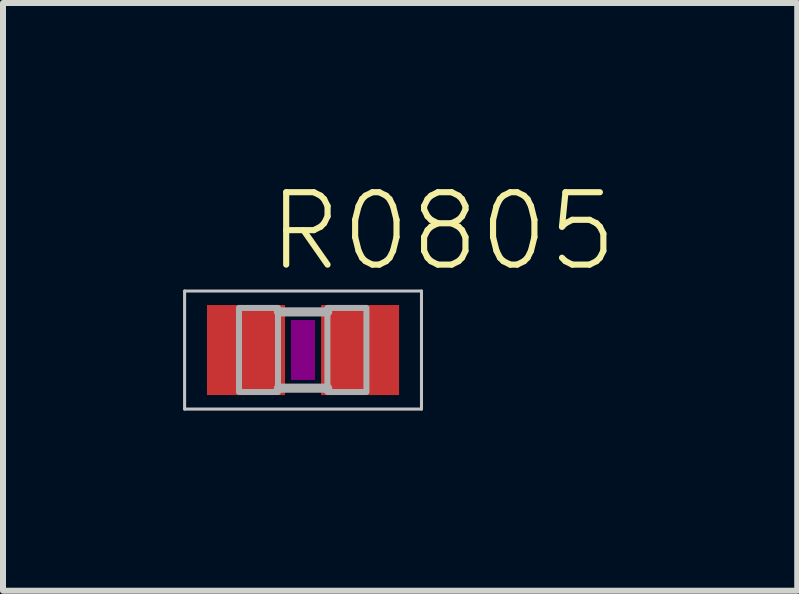
<source format=kicad_pcb>
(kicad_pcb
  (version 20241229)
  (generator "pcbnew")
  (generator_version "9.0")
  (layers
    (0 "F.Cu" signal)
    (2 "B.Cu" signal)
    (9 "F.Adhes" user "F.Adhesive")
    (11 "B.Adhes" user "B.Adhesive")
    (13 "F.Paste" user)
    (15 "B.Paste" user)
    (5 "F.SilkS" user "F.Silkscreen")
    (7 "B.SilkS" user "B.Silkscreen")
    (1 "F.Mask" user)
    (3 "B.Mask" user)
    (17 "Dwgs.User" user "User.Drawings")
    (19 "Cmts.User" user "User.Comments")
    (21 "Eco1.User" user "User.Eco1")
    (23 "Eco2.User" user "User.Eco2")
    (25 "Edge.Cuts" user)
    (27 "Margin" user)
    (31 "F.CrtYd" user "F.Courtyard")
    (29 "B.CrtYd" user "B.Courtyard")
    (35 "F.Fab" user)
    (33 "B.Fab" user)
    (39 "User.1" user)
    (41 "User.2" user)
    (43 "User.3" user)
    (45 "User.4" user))
  (footprint "R0805"
    (layer "F.Cu")
    (at 1.998 2.781)
    (property "Reference" "R0805" (at -0.635 -1.27 0) (layer "F.SilkS") (effects (font (size 1.206 1.206) (thickness 0.102)) (justify left bottom)))
    (attr through_hole)
    (fp_poly (pts (xy -0.2 0.5) (xy 0.2 0.5) (xy 0.2 -0.5) (xy -0.2 -0.5)) (stroke (width 0) (type solid)) (fill yes) (layer "F.Adhes"))
    (fp_line (start -1.973 -0.983) (end 1.973 -0.983) (stroke (width 0.051) (type solid)) (layer "Dwgs.User"))
    (fp_line (start -1.973 0.983) (end -1.973 -0.983) (stroke (width 0.051) (type solid)) (layer "Dwgs.User"))
    (fp_line (start 1.973 -0.983) (end 1.973 0.983) (stroke (width 0.051) (type solid)) (layer "Dwgs.User"))
    (fp_line (start 1.973 0.983) (end -1.973 0.983) (stroke (width 0.051) (type solid)) (layer "Dwgs.User"))
    (fp_line (start -0.41 -0.635) (end 0.41 -0.635) (stroke (width 0.152) (type solid)) (layer "F.Fab"))
    (fp_line (start -0.41 0.635) (end 0.41 0.635) (stroke (width 0.152) (type solid)) (layer "F.Fab"))
    (fp_poly (pts (xy -1.067 0.699) (xy -0.417 0.699) (xy -0.417 -0.702) (xy -1.067 -0.702)) (stroke (width 0.1) (type solid)) (fill no) (layer "F.Fab"))
    (fp_poly (pts (xy 0.406 0.699) (xy 1.056 0.699) (xy 1.056 -0.702) (xy 0.406 -0.702)) (stroke (width 0.1) (type solid)) (fill no) (layer "F.Fab"))
    (pad "1" smd rect (at -0.95 0) (size 1.3 1.5) (layers "F.Cu" "F.Mask" "F.Paste"))
    (pad "2" smd rect (at 0.95 0) (size 1.3 1.5) (layers "F.Cu" "F.Mask" "F.Paste")))
  (gr_rect
    (start -3 -3)
    (end 10.23 6.79)
    (stroke (width 0.1) (type default))
    (fill no)
    (layer "Edge.Cuts")))
</source>
